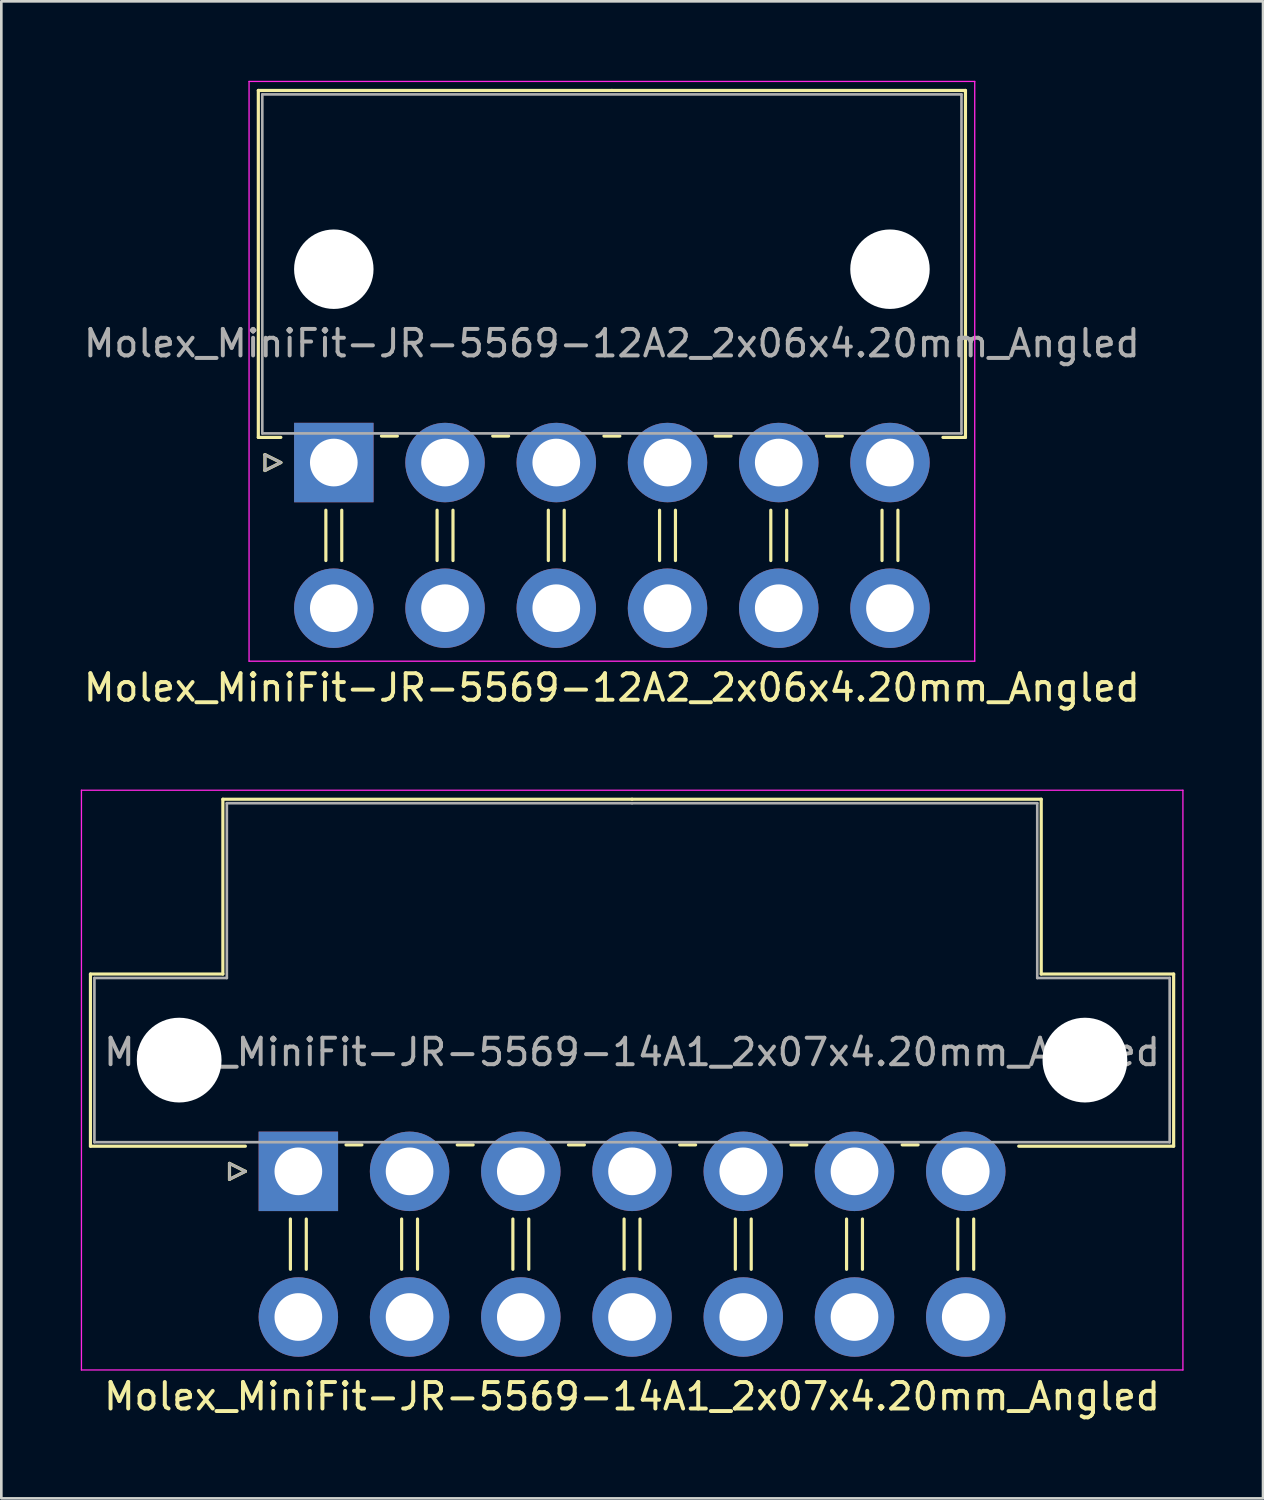
<source format=kicad_pcb>
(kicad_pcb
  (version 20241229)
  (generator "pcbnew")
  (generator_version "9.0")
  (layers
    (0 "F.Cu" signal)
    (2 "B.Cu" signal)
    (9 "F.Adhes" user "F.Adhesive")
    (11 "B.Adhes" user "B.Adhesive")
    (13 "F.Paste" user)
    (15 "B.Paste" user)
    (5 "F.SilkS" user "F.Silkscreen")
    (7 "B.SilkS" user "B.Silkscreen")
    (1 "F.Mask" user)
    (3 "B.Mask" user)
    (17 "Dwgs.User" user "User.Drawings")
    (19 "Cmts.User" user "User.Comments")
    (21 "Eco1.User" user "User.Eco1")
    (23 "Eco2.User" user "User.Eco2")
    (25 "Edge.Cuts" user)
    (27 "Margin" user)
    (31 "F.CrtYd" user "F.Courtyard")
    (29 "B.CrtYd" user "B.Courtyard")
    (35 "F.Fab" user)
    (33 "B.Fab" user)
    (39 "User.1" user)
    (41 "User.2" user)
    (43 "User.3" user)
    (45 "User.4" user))
  (footprint "Molex_MiniFit-JR-5569-14A1_2x07x4.20mm_Angled"
    (layer "F.Cu")
    (at 8.215 41.178)
    (property "Reference" "Molex_MiniFit-JR-5569-14A1_2x07x4.20mm_Angled" (at 12.6 8.5 0) (layer "F.SilkS") (effects (font (size 1 1) (thickness 0.15))))
    (attr through_hole)
    (fp_line (start -7.85 -7.45) (end -7.85 -0.95) (stroke (width 0.12) (type solid)) (layer "F.SilkS"))
    (fp_line (start -7.85 -0.95) (end -2 -0.95) (stroke (width 0.12) (type solid)) (layer "F.SilkS"))
    (fp_line (start -2.85 -14.05) (end -2.85 -7.45) (stroke (width 0.12) (type solid)) (layer "F.SilkS"))
    (fp_line (start -2.85 -7.45) (end -7.85 -7.45) (stroke (width 0.12) (type solid)) (layer "F.SilkS"))
    (fp_line (start -2.6 -0.3) (end -2 0) (stroke (width 0.12) (type solid)) (layer "F.SilkS"))
    (fp_line (start -2.6 0.3) (end -2.6 -0.3) (stroke (width 0.12) (type solid)) (layer "F.SilkS"))
    (fp_line (start -2 0) (end -2.6 0.3) (stroke (width 0.12) (type solid)) (layer "F.SilkS"))
    (fp_line (start -0.3 1.8) (end -0.3 3.7) (stroke (width 0.12) (type solid)) (layer "F.SilkS"))
    (fp_line (start 0.3 1.8) (end 0.3 3.7) (stroke (width 0.12) (type solid)) (layer "F.SilkS"))
    (fp_line (start 1.8 -1) (end 2.4 -1) (stroke (width 0.12) (type solid)) (layer "F.SilkS"))
    (fp_line (start 3.9 1.8) (end 3.9 3.7) (stroke (width 0.12) (type solid)) (layer "F.SilkS"))
    (fp_line (start 4.5 1.8) (end 4.5 3.7) (stroke (width 0.12) (type solid)) (layer "F.SilkS"))
    (fp_line (start 6 -1) (end 6.6 -1) (stroke (width 0.12) (type solid)) (layer "F.SilkS"))
    (fp_line (start 8.1 1.8) (end 8.1 3.7) (stroke (width 0.12) (type solid)) (layer "F.SilkS"))
    (fp_line (start 8.7 1.8) (end 8.7 3.7) (stroke (width 0.12) (type solid)) (layer "F.SilkS"))
    (fp_line (start 10.2 -1) (end 10.8 -1) (stroke (width 0.12) (type solid)) (layer "F.SilkS"))
    (fp_line (start 12.3 1.8) (end 12.3 3.7) (stroke (width 0.12) (type solid)) (layer "F.SilkS"))
    (fp_line (start 12.6 -14.05) (end -2.85 -14.05) (stroke (width 0.12) (type solid)) (layer "F.SilkS"))
    (fp_line (start 12.6 -14.05) (end 28.05 -14.05) (stroke (width 0.12) (type solid)) (layer "F.SilkS"))
    (fp_line (start 12.9 1.8) (end 12.9 3.7) (stroke (width 0.12) (type solid)) (layer "F.SilkS"))
    (fp_line (start 14.4 -1) (end 15 -1) (stroke (width 0.12) (type solid)) (layer "F.SilkS"))
    (fp_line (start 16.5 1.8) (end 16.5 3.7) (stroke (width 0.12) (type solid)) (layer "F.SilkS"))
    (fp_line (start 17.1 1.8) (end 17.1 3.7) (stroke (width 0.12) (type solid)) (layer "F.SilkS"))
    (fp_line (start 18.6 -1) (end 19.2 -1) (stroke (width 0.12) (type solid)) (layer "F.SilkS"))
    (fp_line (start 20.7 1.8) (end 20.7 3.7) (stroke (width 0.12) (type solid)) (layer "F.SilkS"))
    (fp_line (start 21.3 1.8) (end 21.3 3.7) (stroke (width 0.12) (type solid)) (layer "F.SilkS"))
    (fp_line (start 22.8 -1) (end 23.4 -1) (stroke (width 0.12) (type solid)) (layer "F.SilkS"))
    (fp_line (start 24.9 1.8) (end 24.9 3.7) (stroke (width 0.12) (type solid)) (layer "F.SilkS"))
    (fp_line (start 25.5 1.8) (end 25.5 3.7) (stroke (width 0.12) (type solid)) (layer "F.SilkS"))
    (fp_line (start 28.05 -14.05) (end 28.05 -7.45) (stroke (width 0.12) (type solid)) (layer "F.SilkS"))
    (fp_line (start 28.05 -7.45) (end 33.05 -7.45) (stroke (width 0.12) (type solid)) (layer "F.SilkS"))
    (fp_line (start 33.05 -7.45) (end 33.05 -0.95) (stroke (width 0.12) (type solid)) (layer "F.SilkS"))
    (fp_line (start 33.05 -0.95) (end 27.2 -0.95) (stroke (width 0.12) (type solid)) (layer "F.SilkS"))
    (fp_line (start -8.19 -14.39) (end -8.19 7.5) (stroke (width 0.05) (type solid)) (layer "F.CrtYd"))
    (fp_line (start -8.19 7.5) (end 33.4 7.5) (stroke (width 0.05) (type solid)) (layer "F.CrtYd"))
    (fp_line (start 33.4 -14.39) (end -8.19 -14.39) (stroke (width 0.05) (type solid)) (layer "F.CrtYd"))
    (fp_line (start 33.4 7.5) (end 33.4 -14.39) (stroke (width 0.05) (type solid)) (layer "F.CrtYd"))
    (fp_line (start -7.7 -7.3) (end -7.7 -1.1) (stroke (width 0.1) (type solid)) (layer "F.Fab"))
    (fp_line (start -7.7 -1.1) (end 12.6 -1.1) (stroke (width 0.1) (type solid)) (layer "F.Fab"))
    (fp_line (start -2.7 -13.9) (end -2.7 -7.3) (stroke (width 0.1) (type solid)) (layer "F.Fab"))
    (fp_line (start -2.7 -7.3) (end -7.7 -7.3) (stroke (width 0.1) (type solid)) (layer "F.Fab"))
    (fp_line (start -2.6 -0.3) (end -2 0) (stroke (width 0.1) (type solid)) (layer "F.Fab"))
    (fp_line (start -2.6 0.3) (end -2.6 -0.3) (stroke (width 0.1) (type solid)) (layer "F.Fab"))
    (fp_line (start -2 0) (end -2.6 0.3) (stroke (width 0.1) (type solid)) (layer "F.Fab"))
    (fp_line (start 12.6 -13.9) (end -2.7 -13.9) (stroke (width 0.1) (type solid)) (layer "F.Fab"))
    (fp_line (start 12.6 -13.9) (end 27.9 -13.9) (stroke (width 0.1) (type solid)) (layer "F.Fab"))
    (fp_line (start 27.9 -13.9) (end 27.9 -7.3) (stroke (width 0.1) (type solid)) (layer "F.Fab"))
    (fp_line (start 27.9 -7.3) (end 32.9 -7.3) (stroke (width 0.1) (type solid)) (layer "F.Fab"))
    (fp_line (start 32.9 -7.3) (end 32.9 -1.1) (stroke (width 0.1) (type solid)) (layer "F.Fab"))
    (fp_line (start 32.9 -1.1) (end 12.6 -1.1) (stroke (width 0.1) (type solid)) (layer "F.Fab"))
    (fp_text user "${REFERENCE}" (at 12.6 -4.5 0) (layer "F.Fab") (effects (font (size 1 1) (thickness 0.15))))
    (pad "" np_thru_hole circle (at -4.5 -4.2) (size 3.2 3.2) (drill 3.2) (layers "*.Cu" "*.Mask"))
    (pad "" np_thru_hole circle (at 29.7 -4.2) (size 3.2 3.2) (drill 3.2) (layers "*.Cu" "*.Mask"))
    (pad "1" thru_hole rect (at 0 0) (size 3 3) (drill 1.8) (layers "*.Cu" "*.Mask"))
    (pad "2" thru_hole circle (at 4.2 0) (size 3 3) (drill 1.8) (layers "*.Cu" "*.Mask"))
    (pad "3" thru_hole circle (at 8.4 0) (size 3 3) (drill 1.8) (layers "*.Cu" "*.Mask"))
    (pad "4" thru_hole circle (at 12.6 0) (size 3 3) (drill 1.8) (layers "*.Cu" "*.Mask"))
    (pad "5" thru_hole circle (at 16.8 0) (size 3 3) (drill 1.8) (layers "*.Cu" "*.Mask"))
    (pad "6" thru_hole circle (at 21 0) (size 3 3) (drill 1.8) (layers "*.Cu" "*.Mask"))
    (pad "7" thru_hole circle (at 25.2 0) (size 3 3) (drill 1.8) (layers "*.Cu" "*.Mask"))
    (pad "8" thru_hole circle (at 0 5.5) (size 3 3) (drill 1.8) (layers "*.Cu" "*.Mask"))
    (pad "9" thru_hole circle (at 4.2 5.5) (size 3 3) (drill 1.8) (layers "*.Cu" "*.Mask"))
    (pad "10" thru_hole circle (at 8.4 5.5) (size 3 3) (drill 1.8) (layers "*.Cu" "*.Mask"))
    (pad "11" thru_hole circle (at 12.6 5.5) (size 3 3) (drill 1.8) (layers "*.Cu" "*.Mask"))
    (pad "12" thru_hole circle (at 16.8 5.5) (size 3 3) (drill 1.8) (layers "*.Cu" "*.Mask"))
    (pad "13" thru_hole circle (at 21 5.5) (size 3 3) (drill 1.8) (layers "*.Cu" "*.Mask"))
    (pad "14" thru_hole circle (at 25.2 5.5) (size 3 3) (drill 1.8) (layers "*.Cu" "*.Mask")))
  (footprint "Molex_MiniFit-JR-5569-12A2_2x06x4.20mm_Angled"
    (layer "F.Cu")
    (at 9.554 14.415)
    (property "Reference" "Molex_MiniFit-JR-5569-12A2_2x06x4.20mm_Angled" (at 10.5 8.5 0) (layer "F.SilkS") (effects (font (size 1 1) (thickness 0.15))))
    (attr through_hole)
    (fp_line (start -2.85 -14.05) (end 10.5 -14.05) (stroke (width 0.12) (type solid)) (layer "F.SilkS"))
    (fp_line (start -2.85 -0.95) (end -2.85 -14.05) (stroke (width 0.12) (type solid)) (layer "F.SilkS"))
    (fp_line (start -2.6 -0.3) (end -2 0) (stroke (width 0.12) (type solid)) (layer "F.SilkS"))
    (fp_line (start -2.6 0.3) (end -2.6 -0.3) (stroke (width 0.12) (type solid)) (layer "F.SilkS"))
    (fp_line (start -2 -0.95) (end -2.85 -0.95) (stroke (width 0.12) (type solid)) (layer "F.SilkS"))
    (fp_line (start -2 0) (end -2.6 0.3) (stroke (width 0.12) (type solid)) (layer "F.SilkS"))
    (fp_line (start -0.3 1.8) (end -0.3 3.7) (stroke (width 0.12) (type solid)) (layer "F.SilkS"))
    (fp_line (start 0.3 1.8) (end 0.3 3.7) (stroke (width 0.12) (type solid)) (layer "F.SilkS"))
    (fp_line (start 1.8 -1) (end 2.4 -1) (stroke (width 0.12) (type solid)) (layer "F.SilkS"))
    (fp_line (start 3.9 1.8) (end 3.9 3.7) (stroke (width 0.12) (type solid)) (layer "F.SilkS"))
    (fp_line (start 4.5 1.8) (end 4.5 3.7) (stroke (width 0.12) (type solid)) (layer "F.SilkS"))
    (fp_line (start 6 -1) (end 6.6 -1) (stroke (width 0.12) (type solid)) (layer "F.SilkS"))
    (fp_line (start 8.1 1.8) (end 8.1 3.7) (stroke (width 0.12) (type solid)) (layer "F.SilkS"))
    (fp_line (start 8.7 1.8) (end 8.7 3.7) (stroke (width 0.12) (type solid)) (layer "F.SilkS"))
    (fp_line (start 10.2 -1) (end 10.8 -1) (stroke (width 0.12) (type solid)) (layer "F.SilkS"))
    (fp_line (start 12.3 1.8) (end 12.3 3.7) (stroke (width 0.12) (type solid)) (layer "F.SilkS"))
    (fp_line (start 12.9 1.8) (end 12.9 3.7) (stroke (width 0.12) (type solid)) (layer "F.SilkS"))
    (fp_line (start 14.4 -1) (end 15 -1) (stroke (width 0.12) (type solid)) (layer "F.SilkS"))
    (fp_line (start 16.5 1.8) (end 16.5 3.7) (stroke (width 0.12) (type solid)) (layer "F.SilkS"))
    (fp_line (start 17.1 1.8) (end 17.1 3.7) (stroke (width 0.12) (type solid)) (layer "F.SilkS"))
    (fp_line (start 18.6 -1) (end 19.2 -1) (stroke (width 0.12) (type solid)) (layer "F.SilkS"))
    (fp_line (start 20.7 1.8) (end 20.7 3.7) (stroke (width 0.12) (type solid)) (layer "F.SilkS"))
    (fp_line (start 21.3 1.8) (end 21.3 3.7) (stroke (width 0.12) (type solid)) (layer "F.SilkS"))
    (fp_line (start 23 -0.95) (end 23.85 -0.95) (stroke (width 0.12) (type solid)) (layer "F.SilkS"))
    (fp_line (start 23.85 -14.05) (end 10.5 -14.05) (stroke (width 0.12) (type solid)) (layer "F.SilkS"))
    (fp_line (start 23.85 -0.95) (end 23.85 -14.05) (stroke (width 0.12) (type solid)) (layer "F.SilkS"))
    (fp_line (start -3.2 -14.39) (end -3.2 7.5) (stroke (width 0.05) (type solid)) (layer "F.CrtYd"))
    (fp_line (start -3.2 7.5) (end 24.2 7.5) (stroke (width 0.05) (type solid)) (layer "F.CrtYd"))
    (fp_line (start 24.2 -14.39) (end -3.2 -14.39) (stroke (width 0.05) (type solid)) (layer "F.CrtYd"))
    (fp_line (start 24.2 7.5) (end 24.2 -14.39) (stroke (width 0.05) (type solid)) (layer "F.CrtYd"))
    (fp_line (start -2.7 -13.9) (end -2.7 -1.1) (stroke (width 0.1) (type solid)) (layer "F.Fab"))
    (fp_line (start -2.7 -1.1) (end 23.7 -1.1) (stroke (width 0.1) (type solid)) (layer "F.Fab"))
    (fp_line (start -2.6 -0.3) (end -2 0) (stroke (width 0.1) (type solid)) (layer "F.Fab"))
    (fp_line (start -2.6 0.3) (end -2.6 -0.3) (stroke (width 0.1) (type solid)) (layer "F.Fab"))
    (fp_line (start -2 0) (end -2.6 0.3) (stroke (width 0.1) (type solid)) (layer "F.Fab"))
    (fp_line (start 23.7 -13.9) (end -2.7 -13.9) (stroke (width 0.1) (type solid)) (layer "F.Fab"))
    (fp_line (start 23.7 -1.1) (end 23.7 -13.9) (stroke (width 0.1) (type solid)) (layer "F.Fab"))
    (fp_text user "${REFERENCE}" (at 10.5 -4.5 0) (layer "F.Fab") (effects (font (size 1 1) (thickness 0.15))))
    (pad "" np_thru_hole circle (at 0 -7.3) (size 3 3) (drill 3) (layers "*.Cu" "*.Mask"))
    (pad "" np_thru_hole circle (at 21 -7.3) (size 3 3) (drill 3) (layers "*.Cu" "*.Mask"))
    (pad "1" thru_hole rect (at 0 0) (size 3 3) (drill 1.8) (layers "*.Cu" "*.Mask"))
    (pad "2" thru_hole circle (at 4.2 0) (size 3 3) (drill 1.8) (layers "*.Cu" "*.Mask"))
    (pad "3" thru_hole circle (at 8.4 0) (size 3 3) (drill 1.8) (layers "*.Cu" "*.Mask"))
    (pad "4" thru_hole circle (at 12.6 0) (size 3 3) (drill 1.8) (layers "*.Cu" "*.Mask"))
    (pad "5" thru_hole circle (at 16.8 0) (size 3 3) (drill 1.8) (layers "*.Cu" "*.Mask"))
    (pad "6" thru_hole circle (at 21 0) (size 3 3) (drill 1.8) (layers "*.Cu" "*.Mask"))
    (pad "7" thru_hole circle (at 0 5.5) (size 3 3) (drill 1.8) (layers "*.Cu" "*.Mask"))
    (pad "8" thru_hole circle (at 4.2 5.5) (size 3 3) (drill 1.8) (layers "*.Cu" "*.Mask"))
    (pad "9" thru_hole circle (at 8.4 5.5) (size 3 3) (drill 1.8) (layers "*.Cu" "*.Mask"))
    (pad "10" thru_hole circle (at 12.6 5.5) (size 3 3) (drill 1.8) (layers "*.Cu" "*.Mask"))
    (pad "11" thru_hole circle (at 16.8 5.5) (size 3 3) (drill 1.8) (layers "*.Cu" "*.Mask"))
    (pad "12" thru_hole circle (at 21 5.5) (size 3 3) (drill 1.8) (layers "*.Cu" "*.Mask")))
  (gr_rect
    (start -3 -3)
    (end 44.64 53.526)
    (stroke (width 0.1) (type default))
    (fill no)
    (layer "Edge.Cuts")))
</source>
